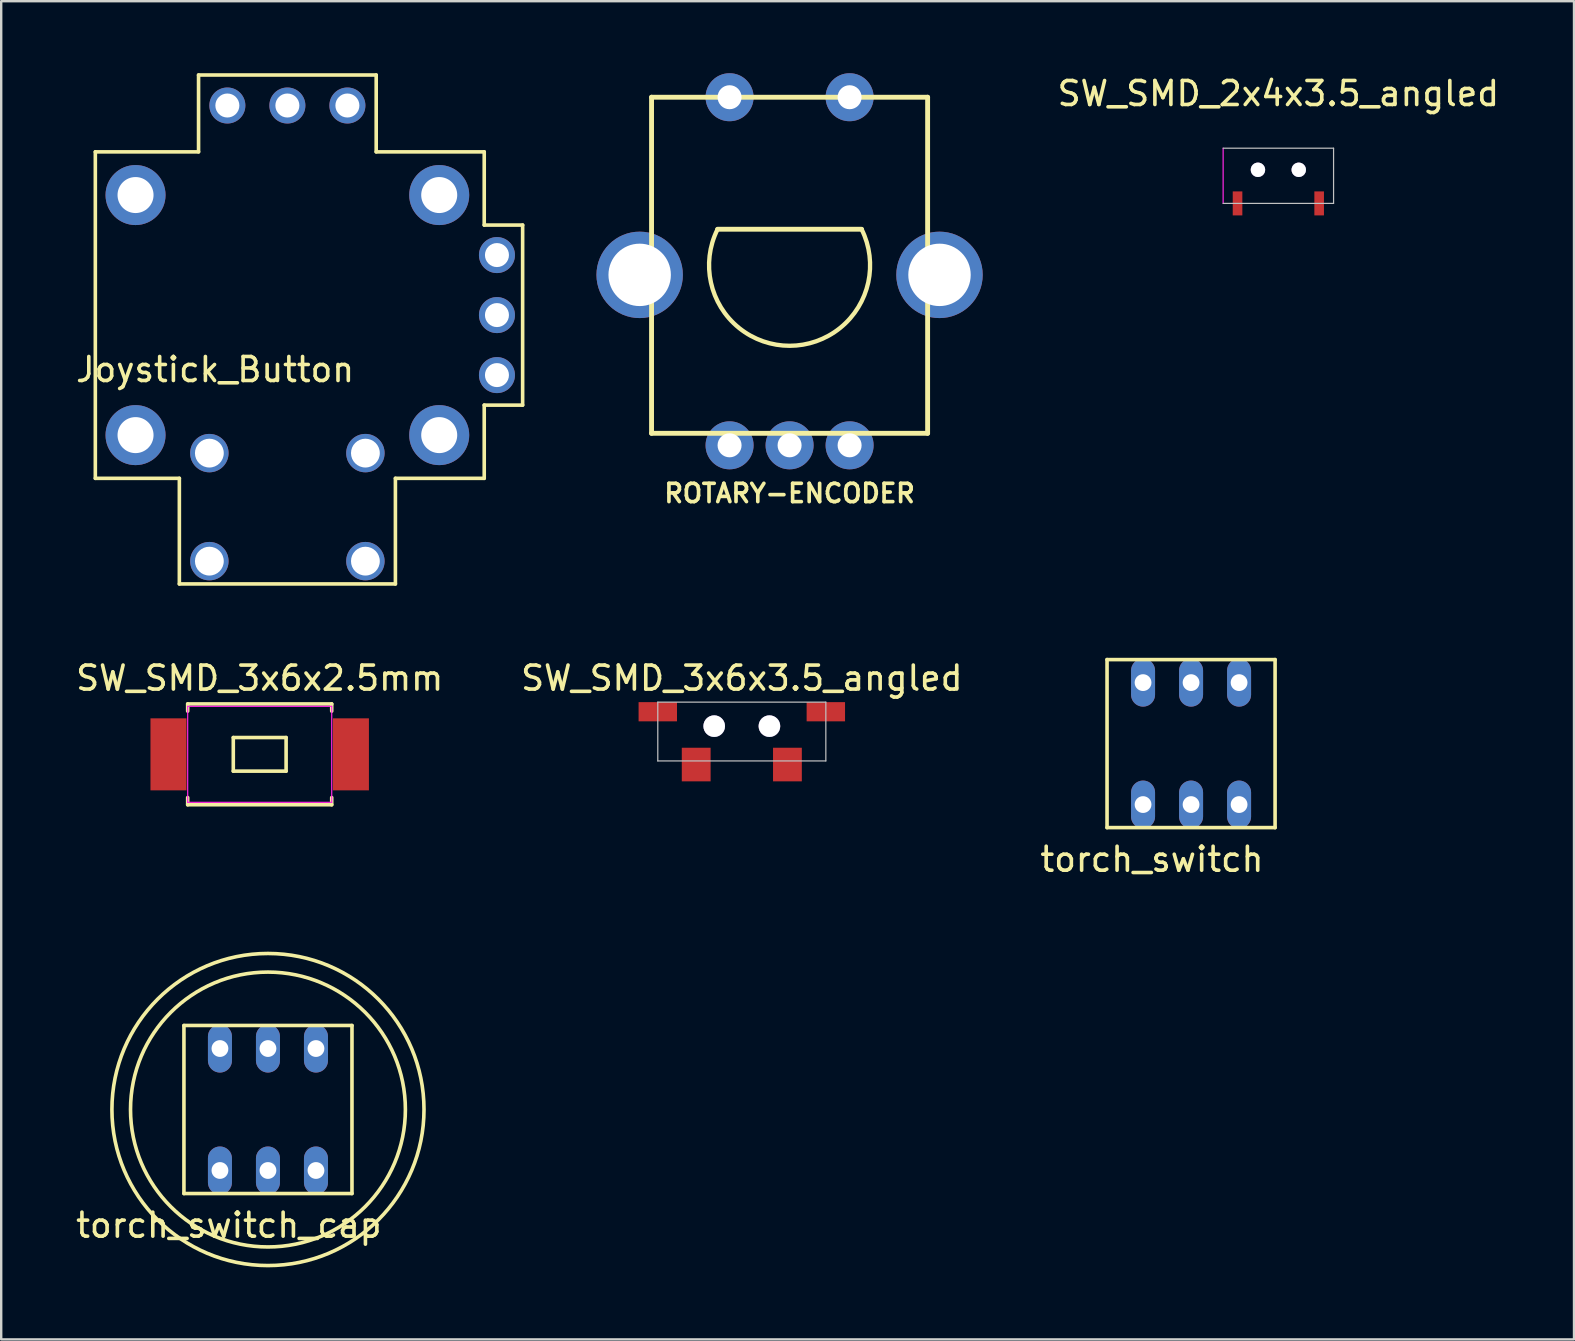
<source format=kicad_pcb>
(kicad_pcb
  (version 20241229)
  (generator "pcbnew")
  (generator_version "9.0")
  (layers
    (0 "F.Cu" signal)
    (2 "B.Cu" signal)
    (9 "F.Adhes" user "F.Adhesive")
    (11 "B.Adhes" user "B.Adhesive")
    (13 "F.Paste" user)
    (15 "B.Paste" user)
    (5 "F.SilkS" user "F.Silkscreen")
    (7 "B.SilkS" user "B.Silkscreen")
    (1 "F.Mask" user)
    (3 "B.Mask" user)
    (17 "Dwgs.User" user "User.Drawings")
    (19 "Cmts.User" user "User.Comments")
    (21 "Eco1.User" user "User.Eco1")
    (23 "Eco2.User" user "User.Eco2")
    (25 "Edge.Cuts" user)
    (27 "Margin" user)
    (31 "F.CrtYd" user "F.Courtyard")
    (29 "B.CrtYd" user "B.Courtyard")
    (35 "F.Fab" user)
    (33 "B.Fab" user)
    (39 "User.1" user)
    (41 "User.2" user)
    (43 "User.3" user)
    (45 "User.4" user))
  (footprint "SW_SMD_2x4x3.5_angled"
    (layer "F.Cu")
    (at 50.201 4.023)
    (property "Reference" "SW_SMD_2x4x3.5_angled" (at 0 -3.175 0) (layer "F.SilkS") (effects (font (size 1 1) (thickness 0.15))))
    (attr smd)
    (fp_line (start -2.3 1.4) (end 2.3 1.4) (stroke (width 0.05) (type solid)) (layer "Dwgs.User"))
    (fp_line (start 2.3 -0.9) (end -2.3 -0.9) (stroke (width 0.05) (type solid)) (layer "Dwgs.User"))
    (fp_line (start 2.3 1.4) (end 2.3 -0.9) (stroke (width 0.05) (type solid)) (layer "Dwgs.User"))
    (fp_line (start -2.3 1.4) (end -2.3 -0.9) (stroke (width 0.05) (type solid)) (layer "F.CrtYd"))
    (pad "" thru_hole circle (at -0.85 0) (size 0.6 0.6) (drill 0.6) (layers "*.Cu" "*.Mask"))
    (pad "" thru_hole circle (at 0.85 0) (size 0.6 0.6) (drill 0.6) (layers "*.Cu" "*.Mask"))
    (pad "1" smd rect (at -1.7 1.4) (size 0.4 1) (layers "F.Cu" "F.Mask" "F.Paste"))
    (pad "2" smd rect (at 1.7 1.4) (size 0.4 1) (layers "F.Cu" "F.Mask" "F.Paste")))
  (footprint "torch_switch"
    (layer "F.Cu")
    (at 46.565 27.925)
    (property "Reference" "torch_switch" (at -1.63 4.82 0) (layer "F.SilkS") (effects (font (size 1 1) (thickness 0.15))))
    (attr through_hole)
    (fp_line (start -3.5 -3.5) (end -3.5 3.5) (stroke (width 0.15) (type solid)) (layer "F.SilkS"))
    (fp_line (start -3.5 -3.5) (end 3.5 -3.5) (stroke (width 0.15) (type solid)) (layer "F.SilkS"))
    (fp_line (start 3.5 -3.5) (end 3.5 3.5) (stroke (width 0.15) (type solid)) (layer "F.SilkS"))
    (fp_line (start 3.5 3.5) (end -3.5 3.5) (stroke (width 0.15) (type solid)) (layer "F.SilkS"))
    (pad "1" thru_hole oval (at -2 2.54) (size 1 2) (drill 0.7) (layers "*.Cu" "*.Mask"))
    (pad "2" thru_hole oval (at 0 2.54) (size 1 2) (drill 0.7) (layers "*.Cu" "*.Mask"))
    (pad "3" thru_hole oval (at 2 2.54) (size 1 2) (drill 0.7) (layers "*.Cu" "*.Mask"))
    (pad "4" thru_hole oval (at -2 -2.54) (size 1 2) (drill 0.7) (layers "*.Cu" "*.Mask"))
    (pad "5" thru_hole oval (at 0 -2.54) (size 1 2) (drill 0.7) (layers "*.Cu" "*.Mask"))
    (pad "6" thru_hole oval (at 2 -2.54) (size 1 2) (drill 0.7) (layers "*.Cu" "*.Mask")))
  (footprint "ROTARY-ENCODER"
    (layer "F.Cu")
    (at 29.841 8)
    (property "Reference" "ROTARY-ENCODER" (at 0 9.5 0) (layer "F.SilkS") (effects (font (size 0.762 0.762) (thickness 0.152))))
    (attr through_hole)
    (fp_line (start -5.75 -7) (end 5.75 -7) (stroke (width 0.203) (type solid)) (layer "F.SilkS"))
    (fp_line (start -5.75 7) (end -5.75 -7) (stroke (width 0.203) (type solid)) (layer "F.SilkS"))
    (fp_line (start 3 -1.5) (end -3 -1.5) (stroke (width 0.203) (type solid)) (layer "F.SilkS"))
    (fp_line (start 5.75 -7) (end 5.75 7) (stroke (width 0.203) (type solid)) (layer "F.SilkS"))
    (fp_line (start 5.75 7) (end -5.75 7) (stroke (width 0.203) (type solid)) (layer "F.SilkS"))
    (fp_arc (start 3 -1.5) (mid 0.003808 3.3541) (end -3.003398 -1.493184) (stroke (width 0.18) (type solid)) (layer "F.SilkS"))
    (pad "" thru_hole circle (at -6.245 0.4) (size 3.6 3.6) (drill 2.6) (layers "*.Cu" "*.Mask"))
    (pad "" thru_hole circle (at 6.245 0.4) (size 3.6 3.6) (drill 2.6) (layers "*.Cu" "*.Mask"))
    (pad "1" thru_hole circle (at -2.5 7.5) (size 2 2) (drill 1) (layers "*.Cu" "*.Mask"))
    (pad "2" thru_hole circle (at 0 7.5) (size 2 2) (drill 1) (layers "*.Cu" "*.Mask"))
    (pad "3" thru_hole circle (at 2.5 7.5) (size 2 2) (drill 1) (layers "*.Cu" "*.Mask"))
    (pad "4" thru_hole circle (at 2.5 -7) (size 2 2) (drill 1) (layers "*.Cu" "*.Mask"))
    (pad "5" thru_hole circle (at -2.5 -7) (size 2 2) (drill 1) (layers "*.Cu" "*.Mask")))
  (footprint "SW_SMD_3x6x2.5mm"
    (layer "F.Cu")
    (at 7.768 28.373)
    (property "Reference" "SW_SMD_3x6x2.5mm" (at 0 -3.175 0) (layer "F.SilkS") (effects (font (size 1 1) (thickness 0.15))))
    (attr smd)
    (fp_line (start -3 -2.1) (end 3 -2.1) (stroke (width 0.15) (type solid)) (layer "F.SilkS"))
    (fp_line (start -3 -1.8) (end -3 -2.1) (stroke (width 0.15) (type solid)) (layer "F.SilkS"))
    (fp_line (start -3 2.1) (end -3 1.8) (stroke (width 0.15) (type solid)) (layer "F.SilkS"))
    (fp_line (start -3 2.1) (end 3 2.1) (stroke (width 0.15) (type solid)) (layer "F.SilkS"))
    (fp_line (start -1.1 -0.7) (end 1.1 -0.7) (stroke (width 0.15) (type solid)) (layer "F.SilkS"))
    (fp_line (start -1.1 0.7) (end -1.1 -0.7) (stroke (width 0.15) (type solid)) (layer "F.SilkS"))
    (fp_line (start 1.1 -0.7) (end 1.1 0.7) (stroke (width 0.15) (type solid)) (layer "F.SilkS"))
    (fp_line (start 1.1 0.7) (end -1.1 0.7) (stroke (width 0.15) (type solid)) (layer "F.SilkS"))
    (fp_line (start 3 -1.8) (end 3 -2.1) (stroke (width 0.15) (type solid)) (layer "F.SilkS"))
    (fp_line (start 3 2.1) (end 3 1.8) (stroke (width 0.15) (type solid)) (layer "F.SilkS"))
    (fp_line (start -3 -2) (end -3 2) (stroke (width 0.05) (type solid)) (layer "F.CrtYd"))
    (fp_line (start -3 -2) (end 3 -2) (stroke (width 0.05) (type solid)) (layer "F.CrtYd"))
    (fp_line (start -3 2) (end 3 2) (stroke (width 0.05) (type solid)) (layer "F.CrtYd"))
    (fp_line (start 3 -2) (end 3 2) (stroke (width 0.05) (type solid)) (layer "F.CrtYd"))
    (pad "1" smd rect (at -3.8 0) (size 1.5 3) (layers "F.Cu" "F.Mask" "F.Paste"))
    (pad "2" smd rect (at 3.8 0) (size 1.5 3) (layers "F.Cu" "F.Mask" "F.Paste")))
  (footprint "torch_switch_cap"
    (layer "F.Cu")
    (at 8.112 43.168)
    (property "Reference" "torch_switch_cap" (at -1.63 4.82 0) (layer "F.SilkS") (effects (font (size 1 1) (thickness 0.15))))
    (attr through_hole)
    (fp_line (start -3.5 -3.5) (end -3.5 3.5) (stroke (width 0.15) (type solid)) (layer "F.SilkS"))
    (fp_line (start -3.5 -3.5) (end 3.5 -3.5) (stroke (width 0.15) (type solid)) (layer "F.SilkS"))
    (fp_line (start 3.5 -3.5) (end 3.5 3.5) (stroke (width 0.15) (type solid)) (layer "F.SilkS"))
    (fp_line (start 3.5 3.5) (end -3.5 3.5) (stroke (width 0.15) (type solid)) (layer "F.SilkS"))
    (fp_circle (center 0 0) (end 5.725 0) (stroke (width 0.15) (type solid)) (fill no) (layer "F.SilkS"))
    (fp_circle (center 0 0) (end 6.5 0) (stroke (width 0.15) (type solid)) (fill no) (layer "F.SilkS"))
    (pad "1" thru_hole oval (at -2 2.54) (size 1 2) (drill 0.7) (layers "*.Cu" "*.Mask"))
    (pad "2" thru_hole oval (at 0 2.54) (size 1 2) (drill 0.7) (layers "*.Cu" "*.Mask"))
    (pad "3" thru_hole oval (at 2 2.54) (size 1 2) (drill 0.7) (layers "*.Cu" "*.Mask"))
    (pad "4" thru_hole oval (at -2 -2.54) (size 1 2) (drill 0.7) (layers "*.Cu" "*.Mask"))
    (pad "5" thru_hole oval (at 0 -2.54) (size 1 2) (drill 0.7) (layers "*.Cu" "*.Mask"))
    (pad "6" thru_hole oval (at 2 -2.54) (size 1 2) (drill 0.7) (layers "*.Cu" "*.Mask")))
  (footprint "SW_SMD_3x6x3.5_angled"
    (layer "F.Cu")
    (at 27.851 27.198)
    (property "Reference" "SW_SMD_3x6x3.5_angled" (at 0 -2 0) (layer "F.SilkS") (effects (font (size 1 1) (thickness 0.15))))
    (attr smd)
    (fp_line (start -3.5 -1) (end -3.5 1.45) (stroke (width 0.05) (type solid)) (layer "Dwgs.User"))
    (fp_line (start -3.5 -1) (end 3.5 -1) (stroke (width 0.05) (type solid)) (layer "Dwgs.User"))
    (fp_line (start -3.5 1.45) (end 3.5 1.45) (stroke (width 0.05) (type solid)) (layer "Dwgs.User"))
    (fp_line (start 3.5 -1) (end 3.5 1.45) (stroke (width 0.05) (type solid)) (layer "Dwgs.User"))
    (pad "" smd rect (at -3.5 -0.6) (size 1.6 0.8) (layers "F.Cu" "F.Mask" "F.Paste"))
    (pad "" thru_hole circle (at -1.15 0) (size 0.9 0.9) (drill 0.9) (layers "*.Cu" "*.Mask"))
    (pad "" thru_hole circle (at 1.15 0) (size 0.9 0.9) (drill 0.9) (layers "*.Cu" "*.Mask"))
    (pad "" smd rect (at 3.5 -0.6) (size 1.6 0.8) (layers "F.Cu" "F.Mask" "F.Paste"))
    (pad "1" smd rect (at -1.9 1.6) (size 1.2 1.4) (layers "F.Cu" "F.Mask" "F.Paste"))
    (pad "2" smd rect (at 1.9 1.6) (size 1.2 1.4) (layers "F.Cu" "F.Mask" "F.Paste")))
  (footprint "Joystick_Button"
    (layer "F.Cu")
    (at 8.921 10.075)
    (property "Reference" "Joystick_Button" (at -3.01 2.27 0) (layer "F.SilkS") (effects (font (size 1 1) (thickness 0.15))))
    (attr through_hole)
    (fp_line (start -8 -6.8) (end -3.7 -6.8) (stroke (width 0.15) (type solid)) (layer "F.SilkS"))
    (fp_line (start -8 6.8) (end -8 -6.8) (stroke (width 0.15) (type solid)) (layer "F.SilkS"))
    (fp_line (start -4.5 6.8) (end -8 6.8) (stroke (width 0.15) (type solid)) (layer "F.SilkS"))
    (fp_line (start -4.5 11.2) (end -4.5 6.8) (stroke (width 0.15) (type solid)) (layer "F.SilkS"))
    (fp_line (start -3.7 -10) (end 3.7 -10) (stroke (width 0.15) (type solid)) (layer "F.SilkS"))
    (fp_line (start -3.7 -6.8) (end -3.7 -10) (stroke (width 0.15) (type solid)) (layer "F.SilkS"))
    (fp_line (start 3.7 -10) (end 3.7 -6.8) (stroke (width 0.15) (type solid)) (layer "F.SilkS"))
    (fp_line (start 3.7 -6.8) (end 8.2 -6.8) (stroke (width 0.15) (type solid)) (layer "F.SilkS"))
    (fp_line (start 4.5 6.8) (end 4.5 11.2) (stroke (width 0.15) (type solid)) (layer "F.SilkS"))
    (fp_line (start 4.5 11.2) (end -4.5 11.2) (stroke (width 0.15) (type solid)) (layer "F.SilkS"))
    (fp_line (start 8.2 -6.8) (end 8.2 -3.75) (stroke (width 0.15) (type solid)) (layer "F.SilkS"))
    (fp_line (start 8.2 -3.75) (end 9.8 -3.75) (stroke (width 0.15) (type solid)) (layer "F.SilkS"))
    (fp_line (start 8.2 3.75) (end 8.2 6.8) (stroke (width 0.15) (type solid)) (layer "F.SilkS"))
    (fp_line (start 8.2 6.8) (end 4.5 6.8) (stroke (width 0.15) (type solid)) (layer "F.SilkS"))
    (fp_line (start 9.8 -3.75) (end 9.8 3.75) (stroke (width 0.15) (type solid)) (layer "F.SilkS"))
    (fp_line (start 9.8 3.75) (end 8.2 3.75) (stroke (width 0.15) (type solid)) (layer "F.SilkS"))
    (pad "" thru_hole circle (at -6.325 -5) (size 2.5 2.5) (drill 1.5) (layers "*.Cu" "*.Mask"))
    (pad "" thru_hole circle (at -6.325 5) (size 2.5 2.5) (drill 1.5) (layers "*.Cu" "*.Mask"))
    (pad "" thru_hole circle (at 6.325 -5) (size 2.5 2.5) (drill 1.5) (layers "*.Cu" "*.Mask"))
    (pad "" thru_hole circle (at 6.325 5) (size 2.5 2.5) (drill 1.5) (layers "*.Cu" "*.Mask"))
    (pad "1" thru_hole circle (at -2.5 -8.73) (size 1.5 1.5) (drill 1) (layers "*.Cu" "*.Mask"))
    (pad "2" thru_hole circle (at 0 -8.73) (size 1.5 1.5) (drill 1) (layers "*.Cu" "*.Mask"))
    (pad "3" thru_hole circle (at 2.5 -8.73) (size 1.5 1.5) (drill 1) (layers "*.Cu" "*.Mask"))
    (pad "4" thru_hole circle (at 8.73 -2.5 90) (size 1.5 1.5) (drill 1) (layers "*.Cu" "*.Mask"))
    (pad "5" thru_hole circle (at 8.73 0 90) (size 1.5 1.5) (drill 1) (layers "*.Cu" "*.Mask"))
    (pad "6" thru_hole circle (at 8.73 2.5 90) (size 1.5 1.5) (drill 1) (layers "*.Cu" "*.Mask"))
    (pad "7" thru_hole circle (at -3.25 5.75 90) (size 1.6 1.6) (drill 1.2) (layers "*.Cu" "*.Mask"))
    (pad "7" thru_hole circle (at 3.25 5.75 90) (size 1.6 1.6) (drill 1.2) (layers "*.Cu" "*.Mask"))
    (pad "8" thru_hole circle (at -3.25 10.25 90) (size 1.6 1.6) (drill 1.2) (layers "*.Cu" "*.Mask"))
    (pad "8" thru_hole circle (at 3.25 10.25 90) (size 1.6 1.6) (drill 1.2) (layers "*.Cu" "*.Mask")))
  (gr_rect
    (start -3 -3)
    (end 62.517 52.743)
    (stroke (width 0.1) (type default))
    (fill no)
    (layer "Edge.Cuts")))
</source>
